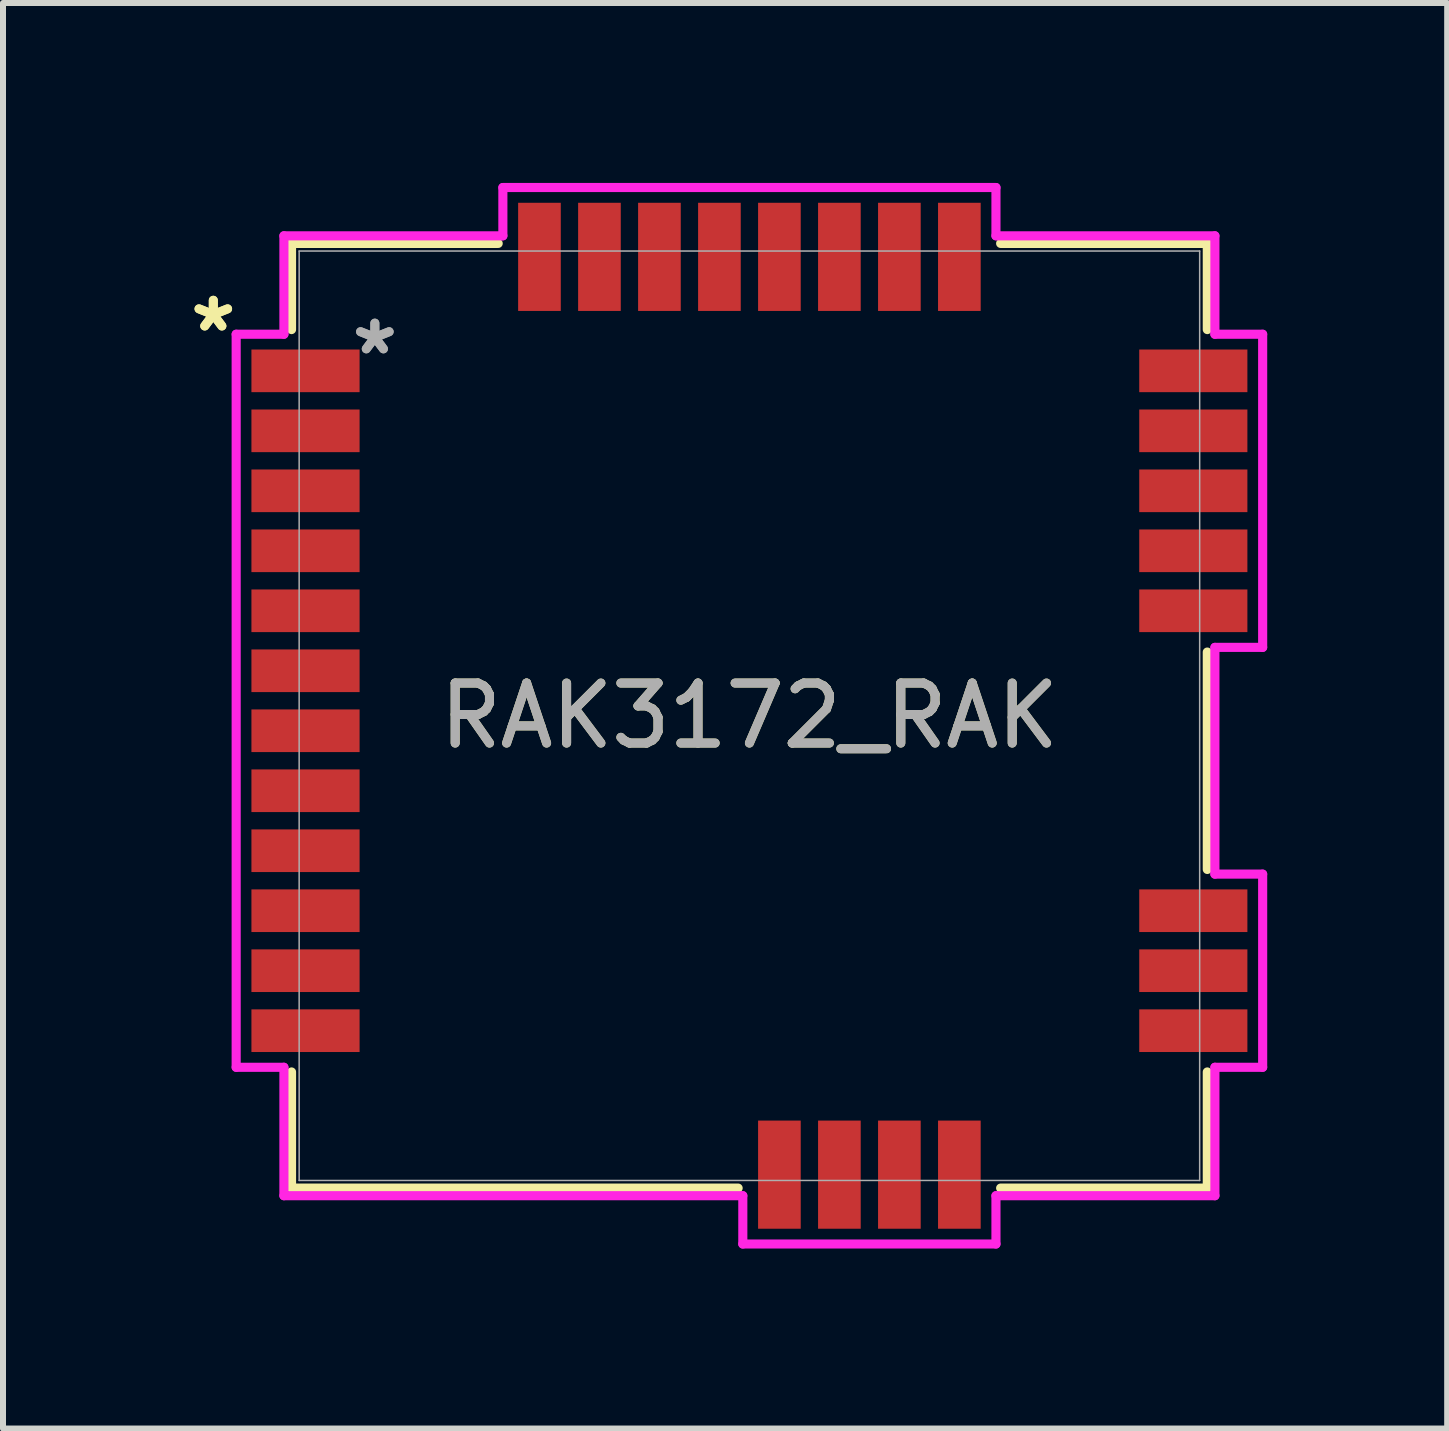
<source format=kicad_pcb>
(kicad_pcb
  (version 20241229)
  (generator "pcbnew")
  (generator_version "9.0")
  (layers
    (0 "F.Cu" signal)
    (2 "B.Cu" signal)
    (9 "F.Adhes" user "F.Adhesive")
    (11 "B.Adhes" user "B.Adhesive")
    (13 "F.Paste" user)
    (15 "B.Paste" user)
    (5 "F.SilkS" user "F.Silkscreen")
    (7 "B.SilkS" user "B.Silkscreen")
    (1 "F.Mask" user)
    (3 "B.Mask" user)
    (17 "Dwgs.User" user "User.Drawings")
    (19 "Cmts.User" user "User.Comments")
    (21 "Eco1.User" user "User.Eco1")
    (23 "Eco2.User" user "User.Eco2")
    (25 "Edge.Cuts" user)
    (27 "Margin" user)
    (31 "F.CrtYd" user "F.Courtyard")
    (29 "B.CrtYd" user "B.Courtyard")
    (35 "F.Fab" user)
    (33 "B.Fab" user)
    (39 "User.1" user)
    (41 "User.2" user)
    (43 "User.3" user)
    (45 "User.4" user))
  (footprint "RAK3172_RAK"
    (layer "F.Cu")
    (at 9.443 8.882)
    (property "Reference" "RAK3172_RAK" (at 0 0 0) (unlocked yes) (layer "F.SilkS") (effects (font (size 1 1) (thickness 0.15))))
    (attr smd)
    (fp_line (start -7.633 -7.874) (end -7.633 -6.438) (stroke (width 0.152) (type solid)) (layer "F.SilkS"))
    (fp_line (start -7.633 5.938) (end -7.633 7.874) (stroke (width 0.152) (type solid)) (layer "F.SilkS"))
    (fp_line (start -7.633 7.874) (end -0.188 7.874) (stroke (width 0.152) (type solid)) (layer "F.SilkS"))
    (fp_line (start -4.188 -7.874) (end -7.633 -7.874) (stroke (width 0.152) (type solid)) (layer "F.SilkS"))
    (fp_line (start 4.188 7.874) (end 7.633 7.874) (stroke (width 0.152) (type solid)) (layer "F.SilkS"))
    (fp_line (start 7.633 -7.874) (end 4.188 -7.874) (stroke (width 0.152) (type solid)) (layer "F.SilkS"))
    (fp_line (start 7.633 -6.438) (end 7.633 -7.874) (stroke (width 0.152) (type solid)) (layer "F.SilkS"))
    (fp_line (start 7.633 2.562) (end 7.633 -1.062) (stroke (width 0.152) (type solid)) (layer "F.SilkS"))
    (fp_line (start 7.633 7.874) (end 7.633 5.938) (stroke (width 0.152) (type solid)) (layer "F.SilkS"))
    (fp_line (start -8.556 -6.36) (end -8.556 5.86) (stroke (width 0.152) (type solid)) (layer "F.CrtYd"))
    (fp_line (start -8.556 5.86) (end -7.76 5.86) (stroke (width 0.152) (type solid)) (layer "F.CrtYd"))
    (fp_line (start -7.76 -8.001) (end -7.76 -6.36) (stroke (width 0.152) (type solid)) (layer "F.CrtYd"))
    (fp_line (start -7.76 -6.36) (end -8.556 -6.36) (stroke (width 0.152) (type solid)) (layer "F.CrtYd"))
    (fp_line (start -7.76 5.86) (end -7.76 8.001) (stroke (width 0.152) (type solid)) (layer "F.CrtYd"))
    (fp_line (start -7.76 8.001) (end -0.11 8.001) (stroke (width 0.152) (type solid)) (layer "F.CrtYd"))
    (fp_line (start -4.11 -8.806) (end -4.11 -8.001) (stroke (width 0.152) (type solid)) (layer "F.CrtYd"))
    (fp_line (start -4.11 -8.001) (end -7.76 -8.001) (stroke (width 0.152) (type solid)) (layer "F.CrtYd"))
    (fp_line (start -0.11 8.001) (end -0.11 8.806) (stroke (width 0.152) (type solid)) (layer "F.CrtYd"))
    (fp_line (start -0.11 8.806) (end 4.11 8.806) (stroke (width 0.152) (type solid)) (layer "F.CrtYd"))
    (fp_line (start 4.11 -8.806) (end -4.11 -8.806) (stroke (width 0.152) (type solid)) (layer "F.CrtYd"))
    (fp_line (start 4.11 -8.001) (end 4.11 -8.806) (stroke (width 0.152) (type solid)) (layer "F.CrtYd"))
    (fp_line (start 4.11 8.001) (end 7.76 8.001) (stroke (width 0.152) (type solid)) (layer "F.CrtYd"))
    (fp_line (start 4.11 8.806) (end 4.11 8.001) (stroke (width 0.152) (type solid)) (layer "F.CrtYd"))
    (fp_line (start 7.76 -8.001) (end 4.11 -8.001) (stroke (width 0.152) (type solid)) (layer "F.CrtYd"))
    (fp_line (start 7.76 -6.36) (end 7.76 -8.001) (stroke (width 0.152) (type solid)) (layer "F.CrtYd"))
    (fp_line (start 7.76 -1.14) (end 8.556 -1.14) (stroke (width 0.152) (type solid)) (layer "F.CrtYd"))
    (fp_line (start 7.76 2.64) (end 7.76 -1.14) (stroke (width 0.152) (type solid)) (layer "F.CrtYd"))
    (fp_line (start 7.76 5.86) (end 8.556 5.86) (stroke (width 0.152) (type solid)) (layer "F.CrtYd"))
    (fp_line (start 7.76 8.001) (end 7.76 5.86) (stroke (width 0.152) (type solid)) (layer "F.CrtYd"))
    (fp_line (start 8.556 -6.36) (end 7.76 -6.36) (stroke (width 0.152) (type solid)) (layer "F.CrtYd"))
    (fp_line (start 8.556 -1.14) (end 8.556 -6.36) (stroke (width 0.152) (type solid)) (layer "F.CrtYd"))
    (fp_line (start 8.556 2.64) (end 7.76 2.64) (stroke (width 0.152) (type solid)) (layer "F.CrtYd"))
    (fp_line (start 8.556 5.86) (end 8.556 2.64) (stroke (width 0.152) (type solid)) (layer "F.CrtYd"))
    (fp_line (start -7.506 -7.747) (end -7.506 7.747) (stroke (width 0.025) (type solid)) (layer "F.Fab"))
    (fp_line (start -7.506 7.747) (end 7.506 7.747) (stroke (width 0.025) (type solid)) (layer "F.Fab"))
    (fp_line (start 7.506 -7.747) (end -7.506 -7.747) (stroke (width 0.025) (type solid)) (layer "F.Fab"))
    (fp_line (start 7.506 7.747) (end 7.506 -7.747) (stroke (width 0.025) (type solid)) (layer "F.Fab"))
    (fp_text user "*" (at -8.937 -6.381 0) (layer "F.SilkS") (effects (font (size 1 1) (thickness 0.15))))
    (fp_text user "*" (at -8.937 -6.381 0) (unlocked yes) (layer "F.SilkS") (effects (font (size 1 1) (thickness 0.15))))
    (fp_text user "*" (at -6.244 -6 0) (layer "F.Fab") (effects (font (size 1 1) (thickness 0.15))))
    (fp_text user "*" (at -6.244 -6 0) (unlocked yes) (layer "F.Fab") (effects (font (size 1 1) (thickness 0.15))))
    (fp_text user "${REFERENCE}" (at 0 0 0) (unlocked yes) (layer "F.Fab") (effects (font (size 1 1) (thickness 0.15))))
    (pad "1" smd rect (at -7.4 -5.75 90) (size 0.711 1.803) (layers "F.Cu" "F.Mask" "F.Paste"))
    (pad "2" smd rect (at -7.4 -4.75 90) (size 0.711 1.803) (layers "F.Cu" "F.Mask" "F.Paste"))
    (pad "3" smd rect (at -7.4 -3.75 90) (size 0.711 1.803) (layers "F.Cu" "F.Mask" "F.Paste"))
    (pad "4" smd rect (at -7.4 -2.75 90) (size 0.711 1.803) (layers "F.Cu" "F.Mask" "F.Paste"))
    (pad "5" smd rect (at -7.4 -1.75 90) (size 0.711 1.803) (layers "F.Cu" "F.Mask" "F.Paste"))
    (pad "6" smd rect (at -7.4 -0.75 90) (size 0.711 1.803) (layers "F.Cu" "F.Mask" "F.Paste"))
    (pad "7" smd rect (at -7.4 0.25 90) (size 0.711 1.803) (layers "F.Cu" "F.Mask" "F.Paste"))
    (pad "8" smd rect (at -7.4 1.25 90) (size 0.711 1.803) (layers "F.Cu" "F.Mask" "F.Paste"))
    (pad "9" smd rect (at -7.4 2.25 90) (size 0.711 1.803) (layers "F.Cu" "F.Mask" "F.Paste"))
    (pad "10" smd rect (at -7.4 3.25 90) (size 0.711 1.803) (layers "F.Cu" "F.Mask" "F.Paste"))
    (pad "11" smd rect (at -7.4 4.25 90) (size 0.711 1.803) (layers "F.Cu" "F.Mask" "F.Paste"))
    (pad "12" smd rect (at -7.4 5.25 90) (size 0.711 1.803) (layers "F.Cu" "F.Mask" "F.Paste"))
    (pad "13" smd rect (at 0.5 7.65) (size 0.711 1.803) (layers "F.Cu" "F.Mask" "F.Paste"))
    (pad "14" smd rect (at 1.5 7.65) (size 0.711 1.803) (layers "F.Cu" "F.Mask" "F.Paste"))
    (pad "15" smd rect (at 2.5 7.65) (size 0.711 1.803) (layers "F.Cu" "F.Mask" "F.Paste"))
    (pad "16" smd rect (at 3.5 7.65) (size 0.711 1.803) (layers "F.Cu" "F.Mask" "F.Paste"))
    (pad "17" smd rect (at 7.4 5.25 90) (size 0.711 1.803) (layers "F.Cu" "F.Mask" "F.Paste"))
    (pad "18" smd rect (at 7.4 4.25 90) (size 0.711 1.803) (layers "F.Cu" "F.Mask" "F.Paste"))
    (pad "19" smd rect (at 7.4 3.25 90) (size 0.711 1.803) (layers "F.Cu" "F.Mask" "F.Paste"))
    (pad "20" smd rect (at 7.4 -1.75 90) (size 0.711 1.803) (layers "F.Cu" "F.Mask" "F.Paste"))
    (pad "21" smd rect (at 7.4 -2.75 90) (size 0.711 1.803) (layers "F.Cu" "F.Mask" "F.Paste"))
    (pad "22" smd rect (at 7.4 -3.75 90) (size 0.711 1.803) (layers "F.Cu" "F.Mask" "F.Paste"))
    (pad "23" smd rect (at 7.4 -4.75 90) (size 0.711 1.803) (layers "F.Cu" "F.Mask" "F.Paste"))
    (pad "24" smd rect (at 7.4 -5.75 90) (size 0.711 1.803) (layers "F.Cu" "F.Mask" "F.Paste"))
    (pad "25" smd rect (at 3.5 -7.65) (size 0.711 1.803) (layers "F.Cu" "F.Mask" "F.Paste"))
    (pad "26" smd rect (at 2.5 -7.65) (size 0.711 1.803) (layers "F.Cu" "F.Mask" "F.Paste"))
    (pad "27" smd rect (at 1.5 -7.65) (size 0.711 1.803) (layers "F.Cu" "F.Mask" "F.Paste"))
    (pad "28" smd rect (at 0.5 -7.65) (size 0.711 1.803) (layers "F.Cu" "F.Mask" "F.Paste"))
    (pad "29" smd rect (at -0.5 -7.65) (size 0.711 1.803) (layers "F.Cu" "F.Mask" "F.Paste"))
    (pad "30" smd rect (at -1.5 -7.65) (size 0.711 1.803) (layers "F.Cu" "F.Mask" "F.Paste"))
    (pad "31" smd rect (at -2.5 -7.65) (size 0.711 1.803) (layers "F.Cu" "F.Mask" "F.Paste"))
    (pad "32" smd rect (at -3.5 -7.65) (size 0.711 1.803) (layers "F.Cu" "F.Mask" "F.Paste")))
  (gr_rect
    (start -3 -3)
    (end 21.075 20.764)
    (stroke (width 0.1) (type default))
    (fill no)
    (layer "Edge.Cuts")))
</source>
